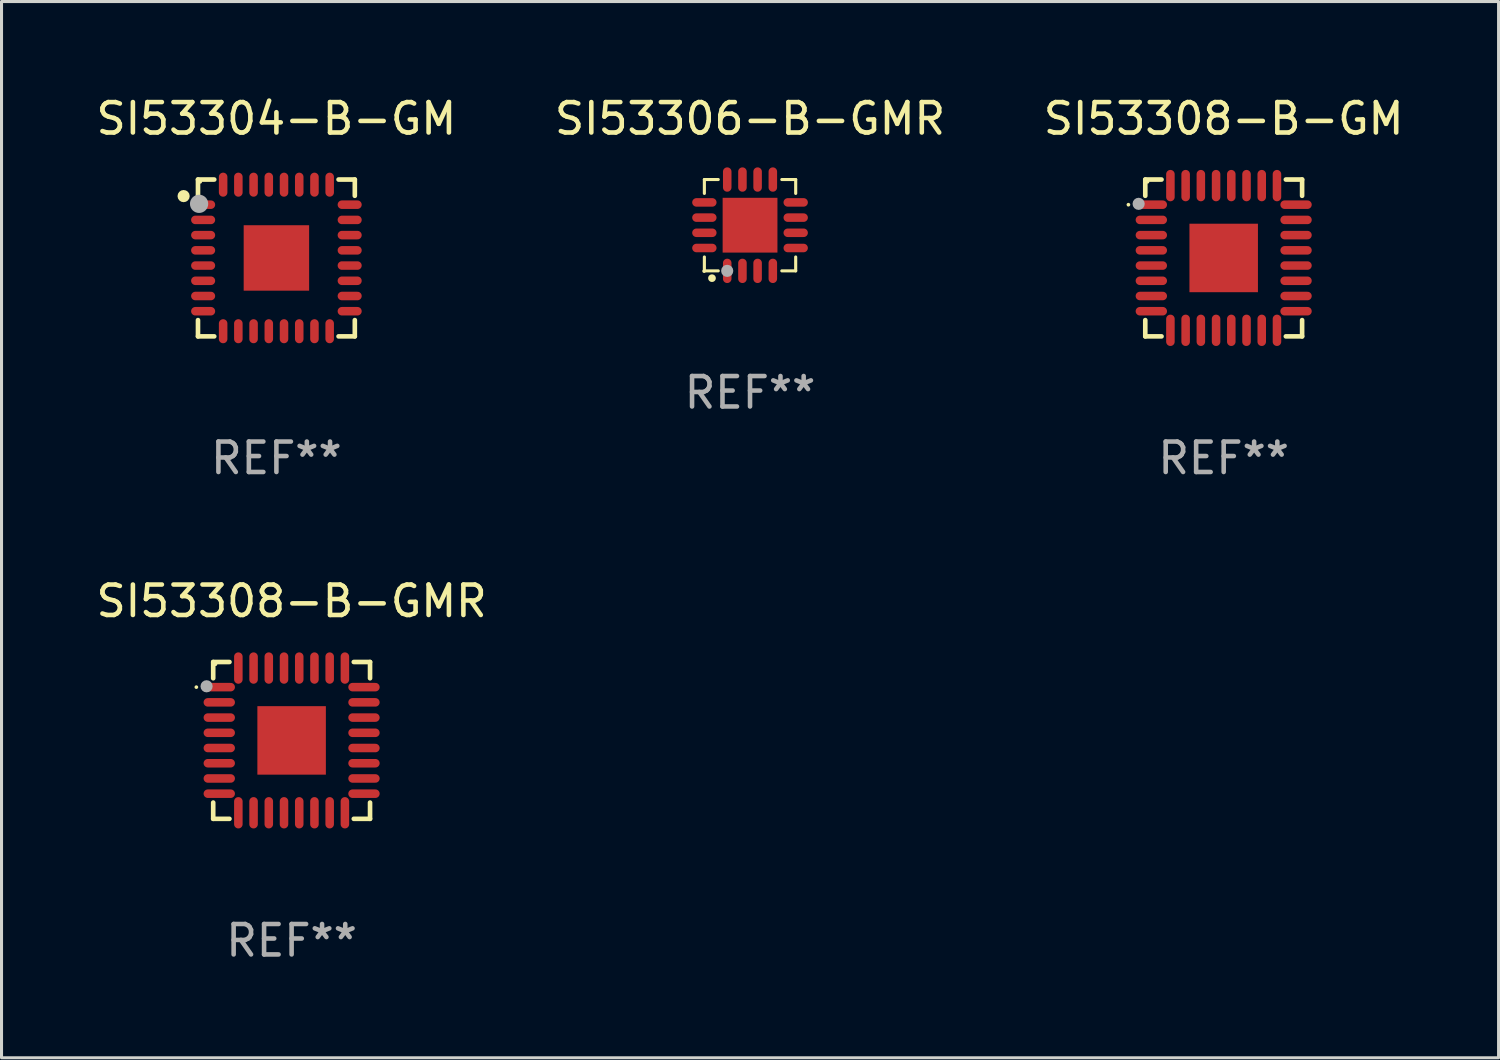
<source format=kicad_pcb>
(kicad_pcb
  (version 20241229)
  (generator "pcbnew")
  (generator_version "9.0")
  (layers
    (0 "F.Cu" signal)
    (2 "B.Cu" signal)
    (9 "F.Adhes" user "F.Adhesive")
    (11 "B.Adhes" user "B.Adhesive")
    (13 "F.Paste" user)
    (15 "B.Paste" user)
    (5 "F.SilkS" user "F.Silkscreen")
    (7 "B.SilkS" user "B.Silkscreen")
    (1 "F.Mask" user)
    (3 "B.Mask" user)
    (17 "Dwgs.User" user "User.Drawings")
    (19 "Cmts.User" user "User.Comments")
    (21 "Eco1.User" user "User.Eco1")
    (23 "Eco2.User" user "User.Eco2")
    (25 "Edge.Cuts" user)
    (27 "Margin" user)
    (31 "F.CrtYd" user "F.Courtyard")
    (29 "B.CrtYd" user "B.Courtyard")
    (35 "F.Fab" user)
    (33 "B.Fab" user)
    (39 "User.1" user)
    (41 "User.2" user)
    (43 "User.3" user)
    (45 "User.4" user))
  (footprint "SI53304-B-GM"
    (layer "F.Cu")
    (at 6.03 5.424)
    (property "Reference" "SI53304-B-GM" (at 0 -4.576 0) (layer "F.SilkS") (effects (font (size 1 1) (thickness 0.15))))
    (attr through_hole)
    (fp_line (start -2.576 -2.576) (end -2.042 -2.576) (stroke (width 0.152) (type solid)) (layer "F.SilkS"))
    (fp_line (start -2.576 -2.042) (end -2.576 -2.576) (stroke (width 0.152) (type solid)) (layer "F.SilkS"))
    (fp_line (start -2.576 2.042) (end -2.576 2.576) (stroke (width 0.152) (type solid)) (layer "F.SilkS"))
    (fp_line (start -2.576 2.576) (end -2.042 2.576) (stroke (width 0.152) (type solid)) (layer "F.SilkS"))
    (fp_line (start 2.576 -2.576) (end 2.042 -2.576) (stroke (width 0.152) (type solid)) (layer "F.SilkS"))
    (fp_line (start 2.576 -2.042) (end 2.576 -2.576) (stroke (width 0.152) (type solid)) (layer "F.SilkS"))
    (fp_line (start 2.576 2.042) (end 2.576 2.576) (stroke (width 0.152) (type solid)) (layer "F.SilkS"))
    (fp_line (start 2.576 2.576) (end 2.042 2.576) (stroke (width 0.152) (type solid)) (layer "F.SilkS"))
    (fp_circle (center -3.048 -2.032) (end -2.948 -2.032) (stroke (width 0.2) (type solid)) (fill no) (layer "F.SilkS"))
    (fp_circle (center -2.5 -2.5) (end -2.47 -2.5) (stroke (width 0.06) (type solid)) (fill no) (layer "F.SilkS"))
    (fp_circle (center -2.54 -1.778) (end -2.39 -1.778) (stroke (width 0.3) (type solid)) (fill no) (layer "F.Fab"))
    (fp_text user "REF**" (at 0 6.576 0) (layer "F.Fab") (effects (font (size 1 1) (thickness 0.15))))
    (pad "1" smd oval (at -2.407 -1.75) (size 0.79 0.28) (layers "F.Cu" "F.Mask" "F.Paste"))
    (pad "2" smd oval (at -2.407 -1.25) (size 0.79 0.28) (layers "F.Cu" "F.Mask" "F.Paste"))
    (pad "3" smd oval (at -2.407 -0.75) (size 0.79 0.28) (layers "F.Cu" "F.Mask" "F.Paste"))
    (pad "4" smd oval (at -2.407 -0.25) (size 0.79 0.28) (layers "F.Cu" "F.Mask" "F.Paste"))
    (pad "5" smd oval (at -2.407 0.25) (size 0.79 0.28) (layers "F.Cu" "F.Mask" "F.Paste"))
    (pad "6" smd oval (at -2.407 0.75) (size 0.79 0.28) (layers "F.Cu" "F.Mask" "F.Paste"))
    (pad "7" smd oval (at -2.407 1.25) (size 0.79 0.28) (layers "F.Cu" "F.Mask" "F.Paste"))
    (pad "8" smd oval (at -2.407 1.75) (size 0.79 0.28) (layers "F.Cu" "F.Mask" "F.Paste"))
    (pad "9" smd oval (at -1.75 2.407) (size 0.28 0.79) (layers "F.Cu" "F.Mask" "F.Paste"))
    (pad "10" smd oval (at -1.25 2.407) (size 0.28 0.79) (layers "F.Cu" "F.Mask" "F.Paste"))
    (pad "11" smd oval (at -0.75 2.407) (size 0.28 0.79) (layers "F.Cu" "F.Mask" "F.Paste"))
    (pad "12" smd oval (at -0.25 2.407) (size 0.28 0.79) (layers "F.Cu" "F.Mask" "F.Paste"))
    (pad "13" smd oval (at 0.25 2.407) (size 0.28 0.79) (layers "F.Cu" "F.Mask" "F.Paste"))
    (pad "14" smd oval (at 0.75 2.407) (size 0.28 0.79) (layers "F.Cu" "F.Mask" "F.Paste"))
    (pad "15" smd oval (at 1.25 2.407) (size 0.28 0.79) (layers "F.Cu" "F.Mask" "F.Paste"))
    (pad "16" smd oval (at 1.75 2.407) (size 0.28 0.79) (layers "F.Cu" "F.Mask" "F.Paste"))
    (pad "17" smd oval (at 2.407 1.75) (size 0.79 0.28) (layers "F.Cu" "F.Mask" "F.Paste"))
    (pad "18" smd oval (at 2.407 1.25) (size 0.79 0.28) (layers "F.Cu" "F.Mask" "F.Paste"))
    (pad "19" smd oval (at 2.407 0.75) (size 0.79 0.28) (layers "F.Cu" "F.Mask" "F.Paste"))
    (pad "20" smd oval (at 2.407 0.25) (size 0.79 0.28) (layers "F.Cu" "F.Mask" "F.Paste"))
    (pad "21" smd oval (at 2.407 -0.25) (size 0.79 0.28) (layers "F.Cu" "F.Mask" "F.Paste"))
    (pad "22" smd oval (at 2.407 -0.75) (size 0.79 0.28) (layers "F.Cu" "F.Mask" "F.Paste"))
    (pad "23" smd oval (at 2.407 -1.25) (size 0.79 0.28) (layers "F.Cu" "F.Mask" "F.Paste"))
    (pad "24" smd oval (at 2.407 -1.75) (size 0.79 0.28) (layers "F.Cu" "F.Mask" "F.Paste"))
    (pad "25" smd oval (at 1.75 -2.407) (size 0.28 0.79) (layers "F.Cu" "F.Mask" "F.Paste"))
    (pad "26" smd oval (at 1.25 -2.407) (size 0.28 0.79) (layers "F.Cu" "F.Mask" "F.Paste"))
    (pad "27" smd oval (at 0.75 -2.407) (size 0.28 0.79) (layers "F.Cu" "F.Mask" "F.Paste"))
    (pad "28" smd oval (at 0.25 -2.407) (size 0.28 0.79) (layers "F.Cu" "F.Mask" "F.Paste"))
    (pad "29" smd oval (at -0.25 -2.407) (size 0.28 0.79) (layers "F.Cu" "F.Mask" "F.Paste"))
    (pad "30" smd oval (at -0.75 -2.407) (size 0.28 0.79) (layers "F.Cu" "F.Mask" "F.Paste"))
    (pad "31" smd oval (at -1.25 -2.407) (size 0.28 0.79) (layers "F.Cu" "F.Mask" "F.Paste"))
    (pad "32" smd oval (at -1.75 -2.407) (size 0.28 0.79) (layers "F.Cu" "F.Mask" "F.Paste"))
    (pad "33" smd rect (at -0.000013 0.000013) (size 2.15 2.15) (layers "F.Cu" "F.Mask" "F.Paste")))
  (footprint "SI53308-B-GMR"
    (layer "F.Cu")
    (at 6.53 21.273)
    (property "Reference" "SI53308-B-GMR" (at 0 -4.576 0) (layer "F.SilkS") (effects (font (size 1 1) (thickness 0.15))))
    (attr through_hole)
    (fp_line (start -2.576 -2.576) (end -2.042 -2.576) (stroke (width 0.152) (type solid)) (layer "F.SilkS"))
    (fp_line (start -2.576 -2.042) (end -2.576 -2.576) (stroke (width 0.152) (type solid)) (layer "F.SilkS"))
    (fp_line (start -2.576 2.042) (end -2.576 2.576) (stroke (width 0.152) (type solid)) (layer "F.SilkS"))
    (fp_line (start -2.576 2.576) (end -2.042 2.576) (stroke (width 0.152) (type solid)) (layer "F.SilkS"))
    (fp_line (start 2.576 -2.576) (end 2.042 -2.576) (stroke (width 0.152) (type solid)) (layer "F.SilkS"))
    (fp_line (start 2.576 -2.042) (end 2.576 -2.576) (stroke (width 0.152) (type solid)) (layer "F.SilkS"))
    (fp_line (start 2.576 2.042) (end 2.576 2.576) (stroke (width 0.152) (type solid)) (layer "F.SilkS"))
    (fp_line (start 2.576 2.576) (end 2.042 2.576) (stroke (width 0.152) (type solid)) (layer "F.SilkS"))
    (fp_circle (center -3.131 -1.75) (end -3.1 -1.75) (stroke (width 0.062) (type solid)) (fill no) (layer "F.SilkS"))
    (fp_circle (center -2.5 -2.5) (end -2.47 -2.5) (stroke (width 0.06) (type solid)) (fill no) (layer "F.SilkS"))
    (fp_circle (center -2.794 -1.778) (end -2.694 -1.778) (stroke (width 0.2) (type solid)) (fill no) (layer "F.Fab"))
    (fp_text user "REF**" (at 0 6.576 0) (layer "F.Fab") (effects (font (size 1 1) (thickness 0.15))))
    (pad "1" smd oval (at -2.377 -1.75) (size 1.03 0.28) (layers "F.Cu" "F.Mask" "F.Paste"))
    (pad "2" smd oval (at -2.377 -1.25) (size 1.03 0.28) (layers "F.Cu" "F.Mask" "F.Paste"))
    (pad "3" smd oval (at -2.377 -0.75) (size 1.03 0.28) (layers "F.Cu" "F.Mask" "F.Paste"))
    (pad "4" smd oval (at -2.377 -0.25) (size 1.03 0.28) (layers "F.Cu" "F.Mask" "F.Paste"))
    (pad "5" smd oval (at -2.377 0.25) (size 1.03 0.28) (layers "F.Cu" "F.Mask" "F.Paste"))
    (pad "6" smd oval (at -2.377 0.75) (size 1.03 0.28) (layers "F.Cu" "F.Mask" "F.Paste"))
    (pad "7" smd oval (at -2.377 1.25) (size 1.03 0.28) (layers "F.Cu" "F.Mask" "F.Paste"))
    (pad "8" smd oval (at -2.377 1.75) (size 1.03 0.28) (layers "F.Cu" "F.Mask" "F.Paste"))
    (pad "9" smd oval (at -1.75 2.377) (size 0.28 1.03) (layers "F.Cu" "F.Mask" "F.Paste"))
    (pad "10" smd oval (at -1.25 2.377) (size 0.28 1.03) (layers "F.Cu" "F.Mask" "F.Paste"))
    (pad "11" smd oval (at -0.75 2.377) (size 0.28 1.03) (layers "F.Cu" "F.Mask" "F.Paste"))
    (pad "12" smd oval (at -0.25 2.377) (size 0.28 1.03) (layers "F.Cu" "F.Mask" "F.Paste"))
    (pad "13" smd oval (at 0.25 2.377) (size 0.28 1.03) (layers "F.Cu" "F.Mask" "F.Paste"))
    (pad "14" smd oval (at 0.75 2.377) (size 0.28 1.03) (layers "F.Cu" "F.Mask" "F.Paste"))
    (pad "15" smd oval (at 1.25 2.377) (size 0.28 1.03) (layers "F.Cu" "F.Mask" "F.Paste"))
    (pad "16" smd oval (at 1.75 2.377) (size 0.28 1.03) (layers "F.Cu" "F.Mask" "F.Paste"))
    (pad "17" smd oval (at 2.377 1.75) (size 1.03 0.28) (layers "F.Cu" "F.Mask" "F.Paste"))
    (pad "18" smd oval (at 2.377 1.25) (size 1.03 0.28) (layers "F.Cu" "F.Mask" "F.Paste"))
    (pad "19" smd oval (at 2.377 0.75) (size 1.03 0.28) (layers "F.Cu" "F.Mask" "F.Paste"))
    (pad "20" smd oval (at 2.377 0.25) (size 1.03 0.28) (layers "F.Cu" "F.Mask" "F.Paste"))
    (pad "21" smd oval (at 2.377 -0.25) (size 1.03 0.28) (layers "F.Cu" "F.Mask" "F.Paste"))
    (pad "22" smd oval (at 2.377 -0.75) (size 1.03 0.28) (layers "F.Cu" "F.Mask" "F.Paste"))
    (pad "23" smd oval (at 2.377 -1.25) (size 1.03 0.28) (layers "F.Cu" "F.Mask" "F.Paste"))
    (pad "24" smd oval (at 2.377 -1.75) (size 1.03 0.28) (layers "F.Cu" "F.Mask" "F.Paste"))
    (pad "25" smd oval (at 1.75 -2.377) (size 0.28 1.03) (layers "F.Cu" "F.Mask" "F.Paste"))
    (pad "26" smd oval (at 1.25 -2.377) (size 0.28 1.03) (layers "F.Cu" "F.Mask" "F.Paste"))
    (pad "27" smd oval (at 0.75 -2.377) (size 0.28 1.03) (layers "F.Cu" "F.Mask" "F.Paste"))
    (pad "28" smd oval (at 0.25 -2.377) (size 0.28 1.03) (layers "F.Cu" "F.Mask" "F.Paste"))
    (pad "29" smd oval (at -0.25 -2.377) (size 0.28 1.03) (layers "F.Cu" "F.Mask" "F.Paste"))
    (pad "30" smd oval (at -0.75 -2.377) (size 0.28 1.03) (layers "F.Cu" "F.Mask" "F.Paste"))
    (pad "31" smd oval (at -1.25 -2.377) (size 0.28 1.03) (layers "F.Cu" "F.Mask" "F.Paste"))
    (pad "32" smd oval (at -1.75 -2.377) (size 0.28 1.03) (layers "F.Cu" "F.Mask" "F.Paste"))
    (pad "33" smd rect (at 0 0) (size 2.25 2.25) (layers "F.Cu" "F.Mask" "F.Paste")))
  (footprint "SI53308-B-GM"
    (layer "F.Cu")
    (at 37.149 5.424)
    (property "Reference" "SI53308-B-GM" (at 0 -4.576 0) (layer "F.SilkS") (effects (font (size 1 1) (thickness 0.15))))
    (attr through_hole)
    (fp_line (start -2.576 -2.576) (end -2.042 -2.576) (stroke (width 0.152) (type solid)) (layer "F.SilkS"))
    (fp_line (start -2.576 -2.042) (end -2.576 -2.576) (stroke (width 0.152) (type solid)) (layer "F.SilkS"))
    (fp_line (start -2.576 2.042) (end -2.576 2.576) (stroke (width 0.152) (type solid)) (layer "F.SilkS"))
    (fp_line (start -2.576 2.576) (end -2.042 2.576) (stroke (width 0.152) (type solid)) (layer "F.SilkS"))
    (fp_line (start 2.576 -2.576) (end 2.042 -2.576) (stroke (width 0.152) (type solid)) (layer "F.SilkS"))
    (fp_line (start 2.576 -2.042) (end 2.576 -2.576) (stroke (width 0.152) (type solid)) (layer "F.SilkS"))
    (fp_line (start 2.576 2.042) (end 2.576 2.576) (stroke (width 0.152) (type solid)) (layer "F.SilkS"))
    (fp_line (start 2.576 2.576) (end 2.042 2.576) (stroke (width 0.152) (type solid)) (layer "F.SilkS"))
    (fp_circle (center -3.131 -1.75) (end -3.1 -1.75) (stroke (width 0.062) (type solid)) (fill no) (layer "F.SilkS"))
    (fp_circle (center -2.5 -2.5) (end -2.47 -2.5) (stroke (width 0.06) (type solid)) (fill no) (layer "F.SilkS"))
    (fp_circle (center -2.794 -1.778) (end -2.694 -1.778) (stroke (width 0.2) (type solid)) (fill no) (layer "F.Fab"))
    (fp_text user "REF**" (at 0 6.576 0) (layer "F.Fab") (effects (font (size 1 1) (thickness 0.15))))
    (pad "1" smd oval (at -2.377 -1.75) (size 1.03 0.28) (layers "F.Cu" "F.Mask" "F.Paste"))
    (pad "2" smd oval (at -2.377 -1.25) (size 1.03 0.28) (layers "F.Cu" "F.Mask" "F.Paste"))
    (pad "3" smd oval (at -2.377 -0.75) (size 1.03 0.28) (layers "F.Cu" "F.Mask" "F.Paste"))
    (pad "4" smd oval (at -2.377 -0.25) (size 1.03 0.28) (layers "F.Cu" "F.Mask" "F.Paste"))
    (pad "5" smd oval (at -2.377 0.25) (size 1.03 0.28) (layers "F.Cu" "F.Mask" "F.Paste"))
    (pad "6" smd oval (at -2.377 0.75) (size 1.03 0.28) (layers "F.Cu" "F.Mask" "F.Paste"))
    (pad "7" smd oval (at -2.377 1.25) (size 1.03 0.28) (layers "F.Cu" "F.Mask" "F.Paste"))
    (pad "8" smd oval (at -2.377 1.75) (size 1.03 0.28) (layers "F.Cu" "F.Mask" "F.Paste"))
    (pad "9" smd oval (at -1.75 2.377) (size 0.28 1.03) (layers "F.Cu" "F.Mask" "F.Paste"))
    (pad "10" smd oval (at -1.25 2.377) (size 0.28 1.03) (layers "F.Cu" "F.Mask" "F.Paste"))
    (pad "11" smd oval (at -0.75 2.377) (size 0.28 1.03) (layers "F.Cu" "F.Mask" "F.Paste"))
    (pad "12" smd oval (at -0.25 2.377) (size 0.28 1.03) (layers "F.Cu" "F.Mask" "F.Paste"))
    (pad "13" smd oval (at 0.25 2.377) (size 0.28 1.03) (layers "F.Cu" "F.Mask" "F.Paste"))
    (pad "14" smd oval (at 0.75 2.377) (size 0.28 1.03) (layers "F.Cu" "F.Mask" "F.Paste"))
    (pad "15" smd oval (at 1.25 2.377) (size 0.28 1.03) (layers "F.Cu" "F.Mask" "F.Paste"))
    (pad "16" smd oval (at 1.75 2.377) (size 0.28 1.03) (layers "F.Cu" "F.Mask" "F.Paste"))
    (pad "17" smd oval (at 2.377 1.75) (size 1.03 0.28) (layers "F.Cu" "F.Mask" "F.Paste"))
    (pad "18" smd oval (at 2.377 1.25) (size 1.03 0.28) (layers "F.Cu" "F.Mask" "F.Paste"))
    (pad "19" smd oval (at 2.377 0.75) (size 1.03 0.28) (layers "F.Cu" "F.Mask" "F.Paste"))
    (pad "20" smd oval (at 2.377 0.25) (size 1.03 0.28) (layers "F.Cu" "F.Mask" "F.Paste"))
    (pad "21" smd oval (at 2.377 -0.25) (size 1.03 0.28) (layers "F.Cu" "F.Mask" "F.Paste"))
    (pad "22" smd oval (at 2.377 -0.75) (size 1.03 0.28) (layers "F.Cu" "F.Mask" "F.Paste"))
    (pad "23" smd oval (at 2.377 -1.25) (size 1.03 0.28) (layers "F.Cu" "F.Mask" "F.Paste"))
    (pad "24" smd oval (at 2.377 -1.75) (size 1.03 0.28) (layers "F.Cu" "F.Mask" "F.Paste"))
    (pad "25" smd oval (at 1.75 -2.377) (size 0.28 1.03) (layers "F.Cu" "F.Mask" "F.Paste"))
    (pad "26" smd oval (at 1.25 -2.377) (size 0.28 1.03) (layers "F.Cu" "F.Mask" "F.Paste"))
    (pad "27" smd oval (at 0.75 -2.377) (size 0.28 1.03) (layers "F.Cu" "F.Mask" "F.Paste"))
    (pad "28" smd oval (at 0.25 -2.377) (size 0.28 1.03) (layers "F.Cu" "F.Mask" "F.Paste"))
    (pad "29" smd oval (at -0.25 -2.377) (size 0.28 1.03) (layers "F.Cu" "F.Mask" "F.Paste"))
    (pad "30" smd oval (at -0.75 -2.377) (size 0.28 1.03) (layers "F.Cu" "F.Mask" "F.Paste"))
    (pad "31" smd oval (at -1.25 -2.377) (size 0.28 1.03) (layers "F.Cu" "F.Mask" "F.Paste"))
    (pad "32" smd oval (at -1.75 -2.377) (size 0.28 1.03) (layers "F.Cu" "F.Mask" "F.Paste"))
    (pad "33" smd rect (at 0 0) (size 2.25 2.25) (layers "F.Cu" "F.Mask" "F.Paste")))
  (footprint "SI53306-B-GMR"
    (layer "F.Cu")
    (at 21.589 4.348)
    (property "Reference" "SI53306-B-GMR" (at 0 -3.5 0) (layer "F.SilkS") (effects (font (size 1 1) (thickness 0.15))))
    (attr through_hole)
    (fp_line (start -1.5 -1.5) (end -1.5 -1.044) (stroke (width 0.102) (type solid)) (layer "F.SilkS"))
    (fp_line (start -1.5 -1.5) (end -1.044 -1.5) (stroke (width 0.102) (type solid)) (layer "F.SilkS"))
    (fp_line (start -1.5 1.044) (end -1.5 1.5) (stroke (width 0.102) (type solid)) (layer "F.SilkS"))
    (fp_line (start -1.5 1.5) (end -1.044 1.5) (stroke (width 0.102) (type solid)) (layer "F.SilkS"))
    (fp_line (start 1.044 -1.5) (end 1.5 -1.5) (stroke (width 0.102) (type solid)) (layer "F.SilkS"))
    (fp_line (start 1.044 1.5) (end 1.5 1.5) (stroke (width 0.102) (type solid)) (layer "F.SilkS"))
    (fp_line (start 1.5 -1.044) (end 1.5 -1.5) (stroke (width 0.102) (type solid)) (layer "F.SilkS"))
    (fp_line (start 1.5 1.5) (end 1.5 1.044) (stroke (width 0.102) (type solid)) (layer "F.SilkS"))
    (fp_arc (start -1.251283 1.740005) (mid -1.250013 1.739934) (end -1.248743 1.740005) (stroke (width 0.25) (type solid)) (layer "F.SilkS"))
    (fp_circle (center -1.509 1.51) (end -1.479 1.51) (stroke (width 0.06) (type solid)) (fill no) (layer "F.SilkS"))
    (fp_circle (center -0.75 1.5) (end -0.65 1.5) (stroke (width 0.2) (type solid)) (fill no) (layer "F.Fab"))
    (fp_text user "REF**" (at 0 5.5 0) (layer "F.Fab") (effects (font (size 1 1) (thickness 0.15))))
    (pad "1" smd oval (at -0.749 1.5) (size 0.28 0.8) (layers "F.Cu" "F.Mask" "F.Paste"))
    (pad "2" smd oval (at -0.249 1.5) (size 0.28 0.8) (layers "F.Cu" "F.Mask" "F.Paste"))
    (pad "3" smd oval (at 0.249 1.5) (size 0.28 0.8) (layers "F.Cu" "F.Mask" "F.Paste"))
    (pad "4" smd oval (at 0.749 1.5) (size 0.28 0.8) (layers "F.Cu" "F.Mask" "F.Paste"))
    (pad "5" smd oval (at 1.5 0.749) (size 0.8 0.28) (layers "F.Cu" "F.Mask" "F.Paste"))
    (pad "6" smd oval (at 1.5 0.249) (size 0.8 0.28) (layers "F.Cu" "F.Mask" "F.Paste"))
    (pad "7" smd oval (at 1.5 -0.249) (size 0.8 0.28) (layers "F.Cu" "F.Mask" "F.Paste"))
    (pad "8" smd oval (at 1.5 -0.749) (size 0.8 0.28) (layers "F.Cu" "F.Mask" "F.Paste"))
    (pad "9" smd oval (at 0.749 -1.5) (size 0.28 0.8) (layers "F.Cu" "F.Mask" "F.Paste"))
    (pad "10" smd oval (at 0.249 -1.5) (size 0.28 0.8) (layers "F.Cu" "F.Mask" "F.Paste"))
    (pad "11" smd oval (at -0.249 -1.5) (size 0.28 0.8) (layers "F.Cu" "F.Mask" "F.Paste"))
    (pad "12" smd oval (at -0.749 -1.5) (size 0.28 0.8) (layers "F.Cu" "F.Mask" "F.Paste"))
    (pad "13" smd oval (at -1.5 -0.749) (size 0.8 0.28) (layers "F.Cu" "F.Mask" "F.Paste"))
    (pad "14" smd oval (at -1.5 -0.249) (size 0.8 0.28) (layers "F.Cu" "F.Mask" "F.Paste"))
    (pad "15" smd oval (at -1.5 0.249) (size 0.8 0.28) (layers "F.Cu" "F.Mask" "F.Paste"))
    (pad "16" smd oval (at -1.5 0.749) (size 0.8 0.28) (layers "F.Cu" "F.Mask" "F.Paste"))
    (pad "17" smd rect (at 0.000152 -0.000076 90) (size 1.8 1.8) (layers "F.Cu" "F.Mask" "F.Paste")))
  (gr_rect
    (start -3 -3)
    (end 46.179 31.698)
    (stroke (width 0.1) (type default))
    (fill no)
    (layer "Edge.Cuts")))
</source>
